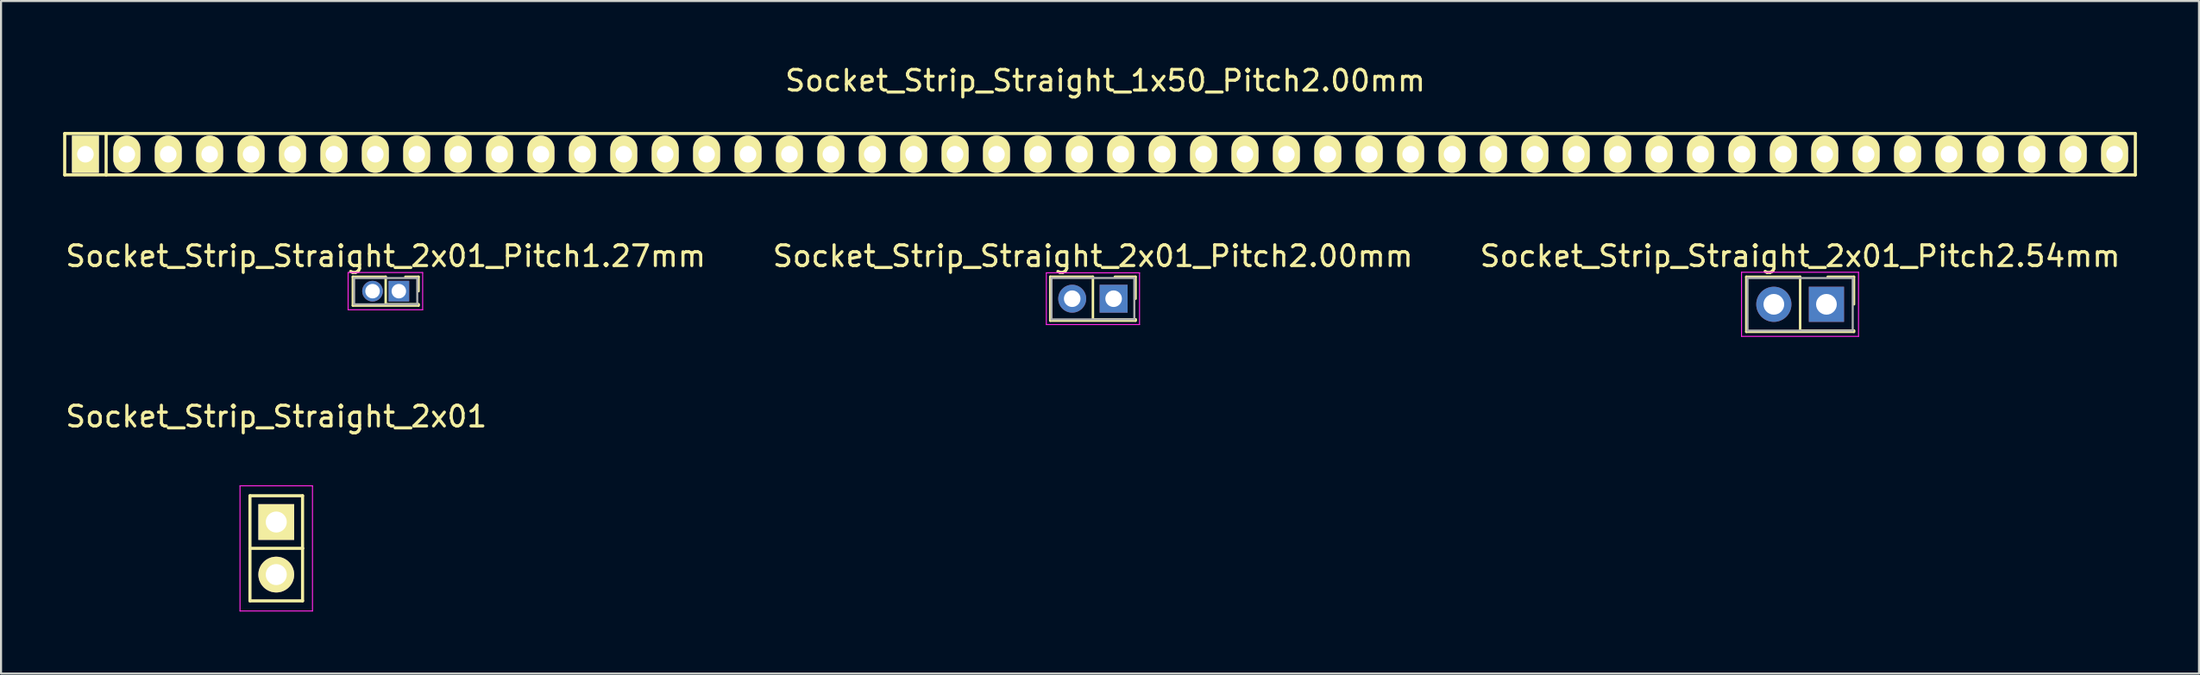
<source format=kicad_pcb>
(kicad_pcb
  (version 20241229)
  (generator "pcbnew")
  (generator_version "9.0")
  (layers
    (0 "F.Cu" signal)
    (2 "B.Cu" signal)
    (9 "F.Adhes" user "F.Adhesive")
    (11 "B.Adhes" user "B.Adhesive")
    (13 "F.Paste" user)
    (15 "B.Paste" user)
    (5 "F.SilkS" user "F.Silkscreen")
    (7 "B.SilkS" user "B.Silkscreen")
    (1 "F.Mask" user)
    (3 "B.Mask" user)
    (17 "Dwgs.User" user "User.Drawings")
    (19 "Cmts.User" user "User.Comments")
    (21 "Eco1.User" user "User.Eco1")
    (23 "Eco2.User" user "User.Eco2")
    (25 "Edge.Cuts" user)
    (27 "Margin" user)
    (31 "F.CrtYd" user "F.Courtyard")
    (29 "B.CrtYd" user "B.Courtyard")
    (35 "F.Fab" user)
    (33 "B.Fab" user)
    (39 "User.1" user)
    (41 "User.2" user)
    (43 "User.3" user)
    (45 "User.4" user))
  (footprint "Socket_Strip_Straight_2x01_Pitch1.27mm"
    (layer "F.Cu")
    (at 16.212 11.023)
    (property "Reference" "Socket_Strip_Straight_2x01_Pitch1.27mm" (at -0.635 -1.695 0) (layer "F.SilkS") (effects (font (size 1 1) (thickness 0.15))))
    (attr through_hole)
    (fp_line (start -2.22 -0.695) (end -0.635 -0.695) (stroke (width 0.12) (type solid)) (layer "F.SilkS"))
    (fp_line (start -2.22 0.695) (end -2.22 -0.695) (stroke (width 0.12) (type solid)) (layer "F.SilkS"))
    (fp_line (start -0.635 -0.695) (end -0.635 0.635) (stroke (width 0.12) (type solid)) (layer "F.SilkS"))
    (fp_line (start -0.635 0.635) (end 0.95 0.635) (stroke (width 0.12) (type solid)) (layer "F.SilkS"))
    (fp_line (start 0.95 -0.695) (end 0.315 -0.695) (stroke (width 0.12) (type solid)) (layer "F.SilkS"))
    (fp_line (start 0.95 0) (end 0.95 -0.695) (stroke (width 0.12) (type solid)) (layer "F.SilkS"))
    (fp_line (start 0.95 0.635) (end 0.95 0.695) (stroke (width 0.12) (type solid)) (layer "F.SilkS"))
    (fp_line (start 0.95 0.695) (end -2.22 0.695) (stroke (width 0.12) (type solid)) (layer "F.SilkS"))
    (fp_line (start -2.45 -0.9) (end -2.45 0.9) (stroke (width 0.05) (type solid)) (layer "F.CrtYd"))
    (fp_line (start -2.45 0.9) (end 1.15 0.9) (stroke (width 0.05) (type solid)) (layer "F.CrtYd"))
    (fp_line (start 1.15 -0.9) (end -2.45 -0.9) (stroke (width 0.05) (type solid)) (layer "F.CrtYd"))
    (fp_line (start 1.15 0.9) (end 1.15 -0.9) (stroke (width 0.05) (type solid)) (layer "F.CrtYd"))
    (fp_line (start -2.16 -0.635) (end -2.16 0.635) (stroke (width 0.1) (type solid)) (layer "F.Fab"))
    (fp_line (start -2.16 0.635) (end 0.89 0.635) (stroke (width 0.1) (type solid)) (layer "F.Fab"))
    (fp_line (start 0.89 -0.635) (end -2.16 -0.635) (stroke (width 0.1) (type solid)) (layer "F.Fab"))
    (fp_line (start 0.89 0.635) (end 0.89 -0.635) (stroke (width 0.1) (type solid)) (layer "F.Fab"))
    (pad "1" thru_hole rect (at 0 0) (size 1 1) (drill 0.7) (layers "*.Cu" "*.Mask"))
    (pad "2" thru_hole oval (at -1.27 0) (size 1 1) (drill 0.7) (layers "*.Cu" "*.Mask")))
  (footprint "Socket_Strip_Straight_2x01_Pitch2.54mm"
    (layer "F.Cu")
    (at 85.157 11.658)
    (property "Reference" "Socket_Strip_Straight_2x01_Pitch2.54mm" (at -1.27 -2.33 0) (layer "F.SilkS") (effects (font (size 1 1) (thickness 0.15))))
    (attr through_hole)
    (fp_line (start -3.87 -1.33) (end -1.27 -1.33) (stroke (width 0.12) (type solid)) (layer "F.SilkS"))
    (fp_line (start -3.87 1.33) (end -3.87 -1.33) (stroke (width 0.12) (type solid)) (layer "F.SilkS"))
    (fp_line (start -1.27 -1.33) (end -1.27 1.27) (stroke (width 0.12) (type solid)) (layer "F.SilkS"))
    (fp_line (start -1.27 1.27) (end 1.33 1.27) (stroke (width 0.12) (type solid)) (layer "F.SilkS"))
    (fp_line (start 1.33 -1.33) (end 0.06 -1.33) (stroke (width 0.12) (type solid)) (layer "F.SilkS"))
    (fp_line (start 1.33 0) (end 1.33 -1.33) (stroke (width 0.12) (type solid)) (layer "F.SilkS"))
    (fp_line (start 1.33 1.27) (end 1.33 1.33) (stroke (width 0.12) (type solid)) (layer "F.SilkS"))
    (fp_line (start 1.33 1.33) (end -3.87 1.33) (stroke (width 0.12) (type solid)) (layer "F.SilkS"))
    (fp_line (start -4.1 -1.55) (end -4.1 1.55) (stroke (width 0.05) (type solid)) (layer "F.CrtYd"))
    (fp_line (start -4.1 1.55) (end 1.55 1.55) (stroke (width 0.05) (type solid)) (layer "F.CrtYd"))
    (fp_line (start 1.55 -1.55) (end -4.1 -1.55) (stroke (width 0.05) (type solid)) (layer "F.CrtYd"))
    (fp_line (start 1.55 1.55) (end 1.55 -1.55) (stroke (width 0.05) (type solid)) (layer "F.CrtYd"))
    (fp_line (start -3.81 -1.27) (end -3.81 1.27) (stroke (width 0.1) (type solid)) (layer "F.Fab"))
    (fp_line (start -3.81 1.27) (end 1.27 1.27) (stroke (width 0.1) (type solid)) (layer "F.Fab"))
    (fp_line (start 1.27 -1.27) (end -3.81 -1.27) (stroke (width 0.1) (type solid)) (layer "F.Fab"))
    (fp_line (start 1.27 1.27) (end 1.27 -1.27) (stroke (width 0.1) (type solid)) (layer "F.Fab"))
    (pad "1" thru_hole rect (at 0 0) (size 1.7 1.7) (drill 1) (layers "*.Cu" "*.Mask"))
    (pad "2" thru_hole oval (at -2.54 0) (size 1.7 1.7) (drill 1) (layers "*.Cu" "*.Mask")))
  (footprint "Socket_Strip_Straight_1x50_Pitch2.00mm"
    (layer "F.Cu")
    (at 50.075 4.404)
    (property "Reference" "Socket_Strip_Straight_1x50_Pitch2.00mm" (at 0.254 -3.556 0) (layer "F.SilkS") (effects (font (size 1 1) (thickness 0.15))))
    (attr through_hole)
    (fp_line (start -50 -1) (end 50 -1) (stroke (width 0.15) (type solid)) (layer "F.SilkS"))
    (fp_line (start -50 1) (end -50 -1) (stroke (width 0.15) (type solid)) (layer "F.SilkS"))
    (fp_line (start -48 -1) (end -48 1) (stroke (width 0.15) (type solid)) (layer "F.SilkS"))
    (fp_line (start 50 -1) (end 50 1) (stroke (width 0.15) (type solid)) (layer "F.SilkS"))
    (fp_line (start 50 1) (end -50 1) (stroke (width 0.15) (type solid)) (layer "F.SilkS"))
    (pad "1" thru_hole rect (at -49 0) (size 1.3 1.8) (drill 0.8) (layers "*.Cu" "*.Mask" "F.SilkS"))
    (pad "2" thru_hole oval (at -47 0) (size 1.3 1.8) (drill 0.8) (layers "*.Cu" "*.Mask" "F.SilkS"))
    (pad "3" thru_hole oval (at -45 0) (size 1.3 1.8) (drill 0.8) (layers "*.Cu" "*.Mask" "F.SilkS"))
    (pad "4" thru_hole oval (at -43 0) (size 1.3 1.8) (drill 0.8) (layers "*.Cu" "*.Mask" "F.SilkS"))
    (pad "5" thru_hole oval (at -41 0) (size 1.3 1.8) (drill 0.8) (layers "*.Cu" "*.Mask" "F.SilkS"))
    (pad "6" thru_hole oval (at -39 0) (size 1.3 1.8) (drill 0.8) (layers "*.Cu" "*.Mask" "F.SilkS"))
    (pad "7" thru_hole oval (at -37 0) (size 1.3 1.8) (drill 0.8) (layers "*.Cu" "*.Mask" "F.SilkS"))
    (pad "8" thru_hole oval (at -35 0) (size 1.3 1.8) (drill 0.8) (layers "*.Cu" "*.Mask" "F.SilkS"))
    (pad "9" thru_hole oval (at -33 0) (size 1.3 1.8) (drill 0.8) (layers "*.Cu" "*.Mask" "F.SilkS"))
    (pad "10" thru_hole oval (at -31 0) (size 1.3 1.8) (drill 0.8) (layers "*.Cu" "*.Mask" "F.SilkS"))
    (pad "11" thru_hole oval (at -29 0) (size 1.3 1.8) (drill 0.8) (layers "*.Cu" "*.Mask" "F.SilkS"))
    (pad "12" thru_hole oval (at -27 0) (size 1.3 1.8) (drill 0.8) (layers "*.Cu" "*.Mask" "F.SilkS"))
    (pad "13" thru_hole oval (at -25 0) (size 1.3 1.8) (drill 0.8) (layers "*.Cu" "*.Mask" "F.SilkS"))
    (pad "14" thru_hole oval (at -23 0) (size 1.3 1.8) (drill 0.8) (layers "*.Cu" "*.Mask" "F.SilkS"))
    (pad "15" thru_hole oval (at -21 0) (size 1.3 1.8) (drill 0.8) (layers "*.Cu" "*.Mask" "F.SilkS"))
    (pad "16" thru_hole oval (at -19 0) (size 1.3 1.8) (drill 0.8) (layers "*.Cu" "*.Mask" "F.SilkS"))
    (pad "17" thru_hole oval (at -17 0) (size 1.3 1.8) (drill 0.8) (layers "*.Cu" "*.Mask" "F.SilkS"))
    (pad "18" thru_hole oval (at -15 0) (size 1.3 1.8) (drill 0.8) (layers "*.Cu" "*.Mask" "F.SilkS"))
    (pad "19" thru_hole oval (at -13 0) (size 1.3 1.8) (drill 0.8) (layers "*.Cu" "*.Mask" "F.SilkS"))
    (pad "20" thru_hole oval (at -11 0) (size 1.3 1.8) (drill 0.8) (layers "*.Cu" "*.Mask" "F.SilkS"))
    (pad "21" thru_hole oval (at -9 0) (size 1.3 1.8) (drill 0.8) (layers "*.Cu" "*.Mask" "F.SilkS"))
    (pad "22" thru_hole oval (at -7 0) (size 1.3 1.8) (drill 0.8) (layers "*.Cu" "*.Mask" "F.SilkS"))
    (pad "23" thru_hole oval (at -5 0) (size 1.3 1.8) (drill 0.8) (layers "*.Cu" "*.Mask" "F.SilkS"))
    (pad "24" thru_hole oval (at -3 0) (size 1.3 1.8) (drill 0.8) (layers "*.Cu" "*.Mask" "F.SilkS"))
    (pad "25" thru_hole oval (at -1 0) (size 1.3 1.8) (drill 0.8) (layers "*.Cu" "*.Mask" "F.SilkS"))
    (pad "26" thru_hole oval (at 1 0) (size 1.3 1.8) (drill 0.8) (layers "*.Cu" "*.Mask" "F.SilkS"))
    (pad "27" thru_hole oval (at 3 0) (size 1.3 1.8) (drill 0.8) (layers "*.Cu" "*.Mask" "F.SilkS"))
    (pad "28" thru_hole oval (at 5 0) (size 1.3 1.8) (drill 0.8) (layers "*.Cu" "*.Mask" "F.SilkS"))
    (pad "29" thru_hole oval (at 7 0) (size 1.3 1.8) (drill 0.8) (layers "*.Cu" "*.Mask" "F.SilkS"))
    (pad "30" thru_hole oval (at 9 0) (size 1.3 1.8) (drill 0.8) (layers "*.Cu" "*.Mask" "F.SilkS"))
    (pad "31" thru_hole oval (at 11 0) (size 1.3 1.8) (drill 0.8) (layers "*.Cu" "*.Mask" "F.SilkS"))
    (pad "32" thru_hole oval (at 13 0) (size 1.3 1.8) (drill 0.8) (layers "*.Cu" "*.Mask" "F.SilkS"))
    (pad "33" thru_hole oval (at 15 0) (size 1.3 1.8) (drill 0.8) (layers "*.Cu" "*.Mask" "F.SilkS"))
    (pad "34" thru_hole oval (at 17 0) (size 1.3 1.8) (drill 0.8) (layers "*.Cu" "*.Mask" "F.SilkS"))
    (pad "35" thru_hole oval (at 19 0) (size 1.3 1.8) (drill 0.8) (layers "*.Cu" "*.Mask" "F.SilkS"))
    (pad "36" thru_hole oval (at 21 0) (size 1.3 1.8) (drill 0.8) (layers "*.Cu" "*.Mask" "F.SilkS"))
    (pad "37" thru_hole oval (at 23 0) (size 1.3 1.8) (drill 0.8) (layers "*.Cu" "*.Mask" "F.SilkS"))
    (pad "38" thru_hole oval (at 25 0) (size 1.3 1.8) (drill 0.8) (layers "*.Cu" "*.Mask" "F.SilkS"))
    (pad "39" thru_hole oval (at 27 0) (size 1.3 1.8) (drill 0.8) (layers "*.Cu" "*.Mask" "F.SilkS"))
    (pad "40" thru_hole oval (at 29 0) (size 1.3 1.8) (drill 0.8) (layers "*.Cu" "*.Mask" "F.SilkS"))
    (pad "41" thru_hole oval (at 31 0) (size 1.3 1.8) (drill 0.8) (layers "*.Cu" "*.Mask" "F.SilkS"))
    (pad "42" thru_hole oval (at 33 0) (size 1.3 1.8) (drill 0.8) (layers "*.Cu" "*.Mask" "F.SilkS"))
    (pad "43" thru_hole oval (at 35 0) (size 1.3 1.8) (drill 0.8) (layers "*.Cu" "*.Mask" "F.SilkS"))
    (pad "44" thru_hole oval (at 37 0) (size 1.3 1.8) (drill 0.8) (layers "*.Cu" "*.Mask" "F.SilkS"))
    (pad "45" thru_hole oval (at 39 0) (size 1.3 1.8) (drill 0.8) (layers "*.Cu" "*.Mask" "F.SilkS"))
    (pad "46" thru_hole oval (at 41 0) (size 1.3 1.8) (drill 0.8) (layers "*.Cu" "*.Mask" "F.SilkS"))
    (pad "47" thru_hole oval (at 43 0) (size 1.3 1.8) (drill 0.8) (layers "*.Cu" "*.Mask" "F.SilkS"))
    (pad "48" thru_hole oval (at 45 0) (size 1.3 1.8) (drill 0.8) (layers "*.Cu" "*.Mask" "F.SilkS"))
    (pad "49" thru_hole oval (at 47 0) (size 1.3 1.8) (drill 0.8) (layers "*.Cu" "*.Mask" "F.SilkS"))
    (pad "50" thru_hole oval (at 49 0) (size 1.3 1.8) (drill 0.8) (layers "*.Cu" "*.Mask" "F.SilkS")))
  (footprint "Socket_Strip_Straight_2x01_Pitch2.00mm"
    (layer "F.Cu")
    (at 50.732 11.387)
    (property "Reference" "Socket_Strip_Straight_2x01_Pitch2.00mm" (at -1 -2.06 0) (layer "F.SilkS") (effects (font (size 1 1) (thickness 0.15))))
    (attr through_hole)
    (fp_line (start -3.06 -1.06) (end -1 -1.06) (stroke (width 0.12) (type solid)) (layer "F.SilkS"))
    (fp_line (start -3.06 1.06) (end -3.06 -1.06) (stroke (width 0.12) (type solid)) (layer "F.SilkS"))
    (fp_line (start -1 -1.06) (end -1 1) (stroke (width 0.12) (type solid)) (layer "F.SilkS"))
    (fp_line (start -1 1) (end 1.06 1) (stroke (width 0.12) (type solid)) (layer "F.SilkS"))
    (fp_line (start 1.06 -1.06) (end 0.06 -1.06) (stroke (width 0.12) (type solid)) (layer "F.SilkS"))
    (fp_line (start 1.06 0) (end 1.06 -1.06) (stroke (width 0.12) (type solid)) (layer "F.SilkS"))
    (fp_line (start 1.06 1) (end 1.06 1.06) (stroke (width 0.12) (type solid)) (layer "F.SilkS"))
    (fp_line (start 1.06 1.06) (end -3.06 1.06) (stroke (width 0.12) (type solid)) (layer "F.SilkS"))
    (fp_line (start -3.25 -1.25) (end -3.25 1.25) (stroke (width 0.05) (type solid)) (layer "F.CrtYd"))
    (fp_line (start -3.25 1.25) (end 1.25 1.25) (stroke (width 0.05) (type solid)) (layer "F.CrtYd"))
    (fp_line (start 1.25 -1.25) (end -3.25 -1.25) (stroke (width 0.05) (type solid)) (layer "F.CrtYd"))
    (fp_line (start 1.25 1.25) (end 1.25 -1.25) (stroke (width 0.05) (type solid)) (layer "F.CrtYd"))
    (fp_line (start -3 -1) (end -3 1) (stroke (width 0.1) (type solid)) (layer "F.Fab"))
    (fp_line (start -3 1) (end 1 1) (stroke (width 0.1) (type solid)) (layer "F.Fab"))
    (fp_line (start 1 -1) (end -3 -1) (stroke (width 0.1) (type solid)) (layer "F.Fab"))
    (fp_line (start 1 1) (end 1 -1) (stroke (width 0.1) (type solid)) (layer "F.Fab"))
    (pad "1" thru_hole rect (at 0 0) (size 1.35 1.35) (drill 0.8) (layers "*.Cu" "*.Mask"))
    (pad "2" thru_hole oval (at -2 0) (size 1.35 1.35) (drill 0.8) (layers "*.Cu" "*.Mask")))
  (footprint "Socket_Strip_Straight_2x01"
    (layer "F.Cu")
    (at 10.292 22.181)
    (property "Reference" "Socket_Strip_Straight_2x01" (at 0 -5.1 0) (layer "F.SilkS") (effects (font (size 1 1) (thickness 0.15))))
    (attr through_hole)
    (fp_line (start -1.27 -1.27) (end -1.27 1.27) (stroke (width 0.15) (type solid)) (layer "F.SilkS"))
    (fp_line (start -1.27 1.27) (end -1.27 3.81) (stroke (width 0.15) (type solid)) (layer "F.SilkS"))
    (fp_line (start -1.27 3.81) (end 1.27 3.81) (stroke (width 0.15) (type solid)) (layer "F.SilkS"))
    (fp_line (start 1.27 -1.27) (end -1.27 -1.27) (stroke (width 0.15) (type solid)) (layer "F.SilkS"))
    (fp_line (start 1.27 1.27) (end -1.27 1.27) (stroke (width 0.15) (type solid)) (layer "F.SilkS"))
    (fp_line (start 1.27 1.27) (end 1.27 -1.27) (stroke (width 0.15) (type solid)) (layer "F.SilkS"))
    (fp_line (start 1.27 3.81) (end 1.27 1.27) (stroke (width 0.15) (type solid)) (layer "F.SilkS"))
    (fp_line (start -1.75 -1.75) (end -1.75 4.3) (stroke (width 0.05) (type solid)) (layer "F.CrtYd"))
    (fp_line (start -1.75 -1.75) (end 1.75 -1.75) (stroke (width 0.05) (type solid)) (layer "F.CrtYd"))
    (fp_line (start -1.75 4.3) (end 1.75 4.3) (stroke (width 0.05) (type solid)) (layer "F.CrtYd"))
    (fp_line (start 1.75 -1.75) (end 1.75 4.3) (stroke (width 0.05) (type solid)) (layer "F.CrtYd"))
    (pad "1" thru_hole rect (at 0 0) (size 1.727 1.727) (drill 1.016) (layers "*.Cu" "*.Mask" "F.SilkS"))
    (pad "2" thru_hole oval (at 0 2.54) (size 1.727 1.727) (drill 1.016) (layers "*.Cu" "*.Mask" "F.SilkS")))
  (gr_rect
    (start -3 -3)
    (end 103.15 29.506)
    (stroke (width 0.1) (type default))
    (fill no)
    (layer "Edge.Cuts")))
</source>
